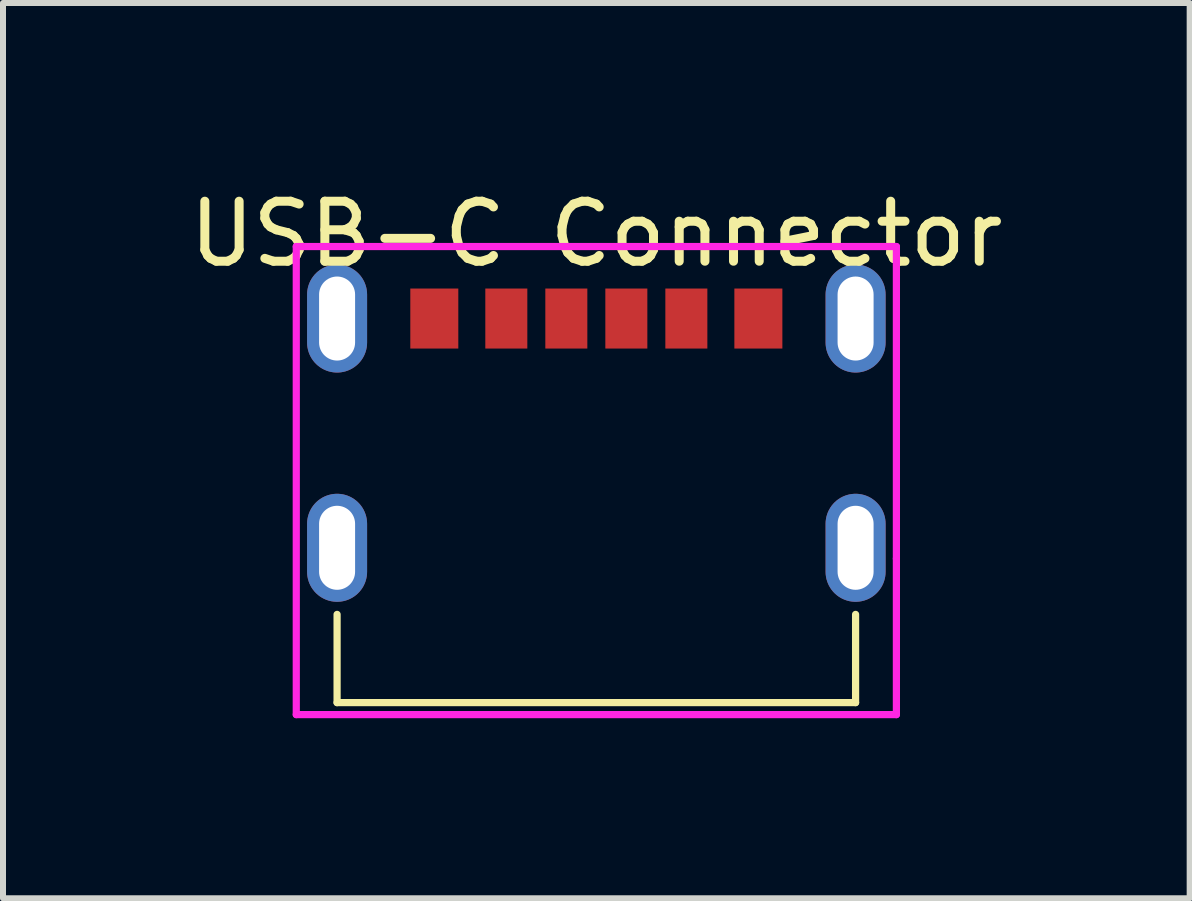
<source format=kicad_pcb>
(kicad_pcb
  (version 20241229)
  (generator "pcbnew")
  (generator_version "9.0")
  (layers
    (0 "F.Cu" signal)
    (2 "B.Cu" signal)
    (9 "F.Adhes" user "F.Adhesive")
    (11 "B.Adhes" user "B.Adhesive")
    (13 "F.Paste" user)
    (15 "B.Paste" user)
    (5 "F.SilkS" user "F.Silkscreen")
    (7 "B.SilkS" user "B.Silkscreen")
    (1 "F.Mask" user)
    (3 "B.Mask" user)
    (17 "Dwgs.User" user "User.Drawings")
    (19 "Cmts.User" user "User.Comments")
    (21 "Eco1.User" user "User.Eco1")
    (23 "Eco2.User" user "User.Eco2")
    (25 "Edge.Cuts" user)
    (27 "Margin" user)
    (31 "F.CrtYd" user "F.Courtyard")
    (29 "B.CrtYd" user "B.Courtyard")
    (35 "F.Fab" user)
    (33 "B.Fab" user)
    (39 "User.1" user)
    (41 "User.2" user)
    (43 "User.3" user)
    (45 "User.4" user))
  (footprint "USB-C Connector"
    (layer "F.Cu")
    (at 6.887 2.258)
    (property "Reference" "USB-C Connector" (at 0 -1.41 0) (layer "F.SilkS") (effects (font (size 1 1) (thickness 0.15))))
    (attr through_hole)
    (fp_line (start -4.32 6.4) (end -4.32 4.93) (stroke (width 0.12) (type solid)) (layer "F.SilkS"))
    (fp_line (start 4.32 6.4) (end -4.32 6.4) (stroke (width 0.12) (type solid)) (layer "F.SilkS"))
    (fp_line (start 4.32 6.4) (end 4.32 4.93) (stroke (width 0.12) (type solid)) (layer "F.SilkS"))
    (fp_line (start -5 -1.2) (end 5 -1.2) (stroke (width 0.12) (type solid)) (layer "F.CrtYd"))
    (fp_line (start -5 6.6) (end -5 -1.2) (stroke (width 0.12) (type solid)) (layer "F.CrtYd"))
    (fp_line (start 5 -1.2) (end 5 4) (stroke (width 0.12) (type solid)) (layer "F.CrtYd"))
    (fp_line (start 5 4) (end 5 6.6) (stroke (width 0.12) (type solid)) (layer "F.CrtYd"))
    (fp_line (start 5 6.6) (end -5 6.6) (stroke (width 0.12) (type solid)) (layer "F.CrtYd"))
    (pad "5" thru_hole oval (at -4.32 0) (size 1 1.8) (drill oval 0.6 1.4) (layers "*.Cu" "*.Mask"))
    (pad "5" thru_hole oval (at -4.32 3.82) (size 1 1.8) (drill oval 0.6 1.4) (layers "*.Cu" "*.Mask"))
    (pad "5" thru_hole oval (at 4.32 0) (size 1 1.8) (drill oval 0.6 1.4) (layers "*.Cu" "*.Mask"))
    (pad "5" thru_hole oval (at 4.32 3.82) (size 1 1.8) (drill oval 0.6 1.4) (layers "*.Cu" "*.Mask"))
    (pad "A5" smd rect (at 0.5 0) (size 0.7 1) (layers "F.Cu" "F.Mask" "F.Paste"))
    (pad "A9" smd rect (at 1.5 0) (size 0.7 1) (layers "F.Cu" "F.Mask" "F.Paste"))
    (pad "A12" smd rect (at 2.7 0) (size 0.8 1) (layers "F.Cu" "F.Mask" "F.Paste"))
    (pad "B5" smd rect (at -0.5 0) (size 0.7 1) (layers "F.Cu" "F.Mask" "F.Paste"))
    (pad "B9" smd rect (at -1.5 0) (size 0.7 1) (layers "F.Cu" "F.Mask" "F.Paste"))
    (pad "B12" smd rect (at -2.7 0) (size 0.8 1) (layers "F.Cu" "F.Mask" "F.Paste")))
  (gr_rect
    (start -3 -3)
    (end 16.774 11.918)
    (stroke (width 0.1) (type default))
    (fill no)
    (layer "Edge.Cuts")))
</source>
